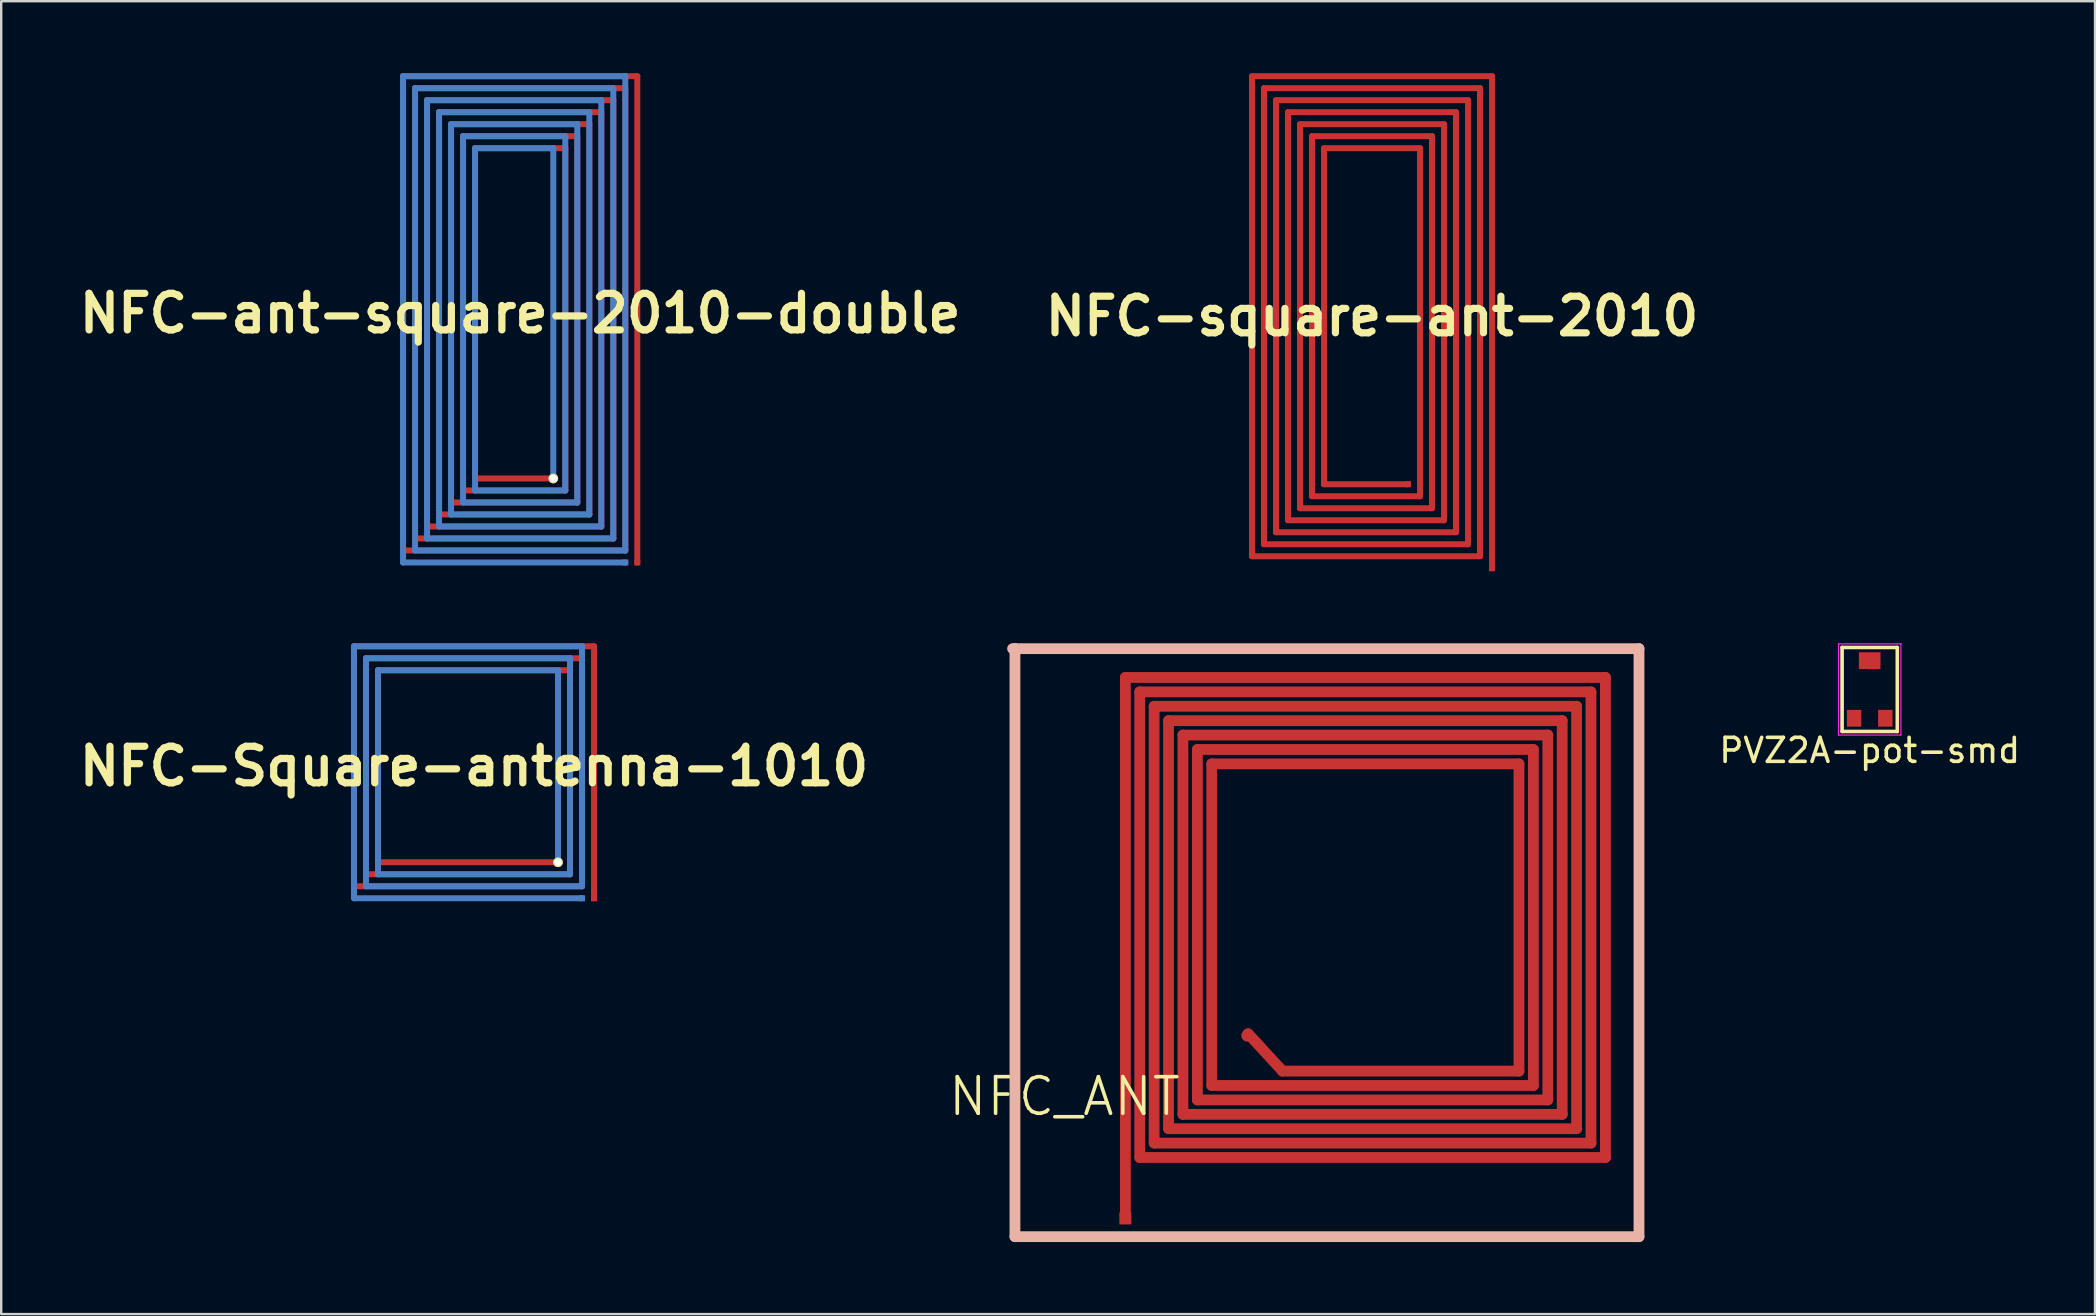
<source format=kicad_pcb>
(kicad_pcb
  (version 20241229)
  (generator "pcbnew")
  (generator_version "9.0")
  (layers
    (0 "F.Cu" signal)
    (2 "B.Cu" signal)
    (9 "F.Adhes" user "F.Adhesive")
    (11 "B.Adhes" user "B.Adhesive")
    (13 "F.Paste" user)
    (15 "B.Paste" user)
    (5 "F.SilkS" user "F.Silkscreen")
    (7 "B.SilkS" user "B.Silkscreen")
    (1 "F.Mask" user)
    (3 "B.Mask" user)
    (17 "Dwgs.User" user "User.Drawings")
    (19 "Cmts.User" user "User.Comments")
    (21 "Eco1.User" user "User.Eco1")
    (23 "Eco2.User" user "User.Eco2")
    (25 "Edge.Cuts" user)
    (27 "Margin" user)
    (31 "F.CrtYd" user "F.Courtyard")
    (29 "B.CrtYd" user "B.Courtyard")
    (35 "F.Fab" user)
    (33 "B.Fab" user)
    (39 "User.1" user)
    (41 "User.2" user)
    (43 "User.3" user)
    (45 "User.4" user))
  (footprint "NFC_ANT"
    (layer "F.Cu")
    (at 43.836 45.174)
    (property "Reference" "NFC_ANT" (at -2.54 -2.54 0) (layer "F.SilkS") (effects (font (size 1.524 1.524) (thickness 0.15))))
    (attr smd)
    (fp_line (start 0 -20) (end 20 -20) (stroke (width 0.45) (type solid)) (layer "F.Cu"))
    (fp_line (start 0 2.398) (end 0 -20) (stroke (width 0.45) (type solid)) (layer "F.Cu"))
    (fp_line (start 0.599 -19.398) (end 0.599 0) (stroke (width 0.45) (type solid)) (layer "F.Cu"))
    (fp_line (start 0.599 -19.398) (end 19.398 -19.398) (stroke (width 0.45) (type solid)) (layer "F.Cu"))
    (fp_line (start 1.199 -18.799) (end 18.799 -18.799) (stroke (width 0.45) (type solid)) (layer "F.Cu"))
    (fp_line (start 1.199 -0.599) (end 1.199 -18.799) (stroke (width 0.45) (type solid)) (layer "F.Cu"))
    (fp_line (start 1.798 -18.199) (end 18.199 -18.199) (stroke (width 0.45) (type solid)) (layer "F.Cu"))
    (fp_line (start 1.798 -1.199) (end 1.798 -18.199) (stroke (width 0.45) (type solid)) (layer "F.Cu"))
    (fp_line (start 2.398 -17.6) (end 17.6 -17.6) (stroke (width 0.45) (type solid)) (layer "F.Cu"))
    (fp_line (start 2.398 -1.798) (end 2.398 -17.6) (stroke (width 0.45) (type solid)) (layer "F.Cu"))
    (fp_line (start 3 -16.998) (end 16.998 -16.998) (stroke (width 0.45) (type solid)) (layer "F.Cu"))
    (fp_line (start 3 -2.398) (end 3 -16.998) (stroke (width 0.45) (type solid)) (layer "F.Cu"))
    (fp_line (start 3.599 -16.398) (end 16.398 -16.398) (stroke (width 0.45) (type solid)) (layer "F.Cu"))
    (fp_line (start 3.599 -3) (end 3.599 -16.398) (stroke (width 0.45) (type solid)) (layer "F.Cu"))
    (fp_line (start 6.548 -3.599) (end 5.113 -5.161) (stroke (width 0.45) (type solid)) (layer "F.Cu"))
    (fp_line (start 16.398 -16.398) (end 16.398 -3.599) (stroke (width 0.45) (type solid)) (layer "F.Cu"))
    (fp_line (start 16.398 -3.599) (end 6.548 -3.599) (stroke (width 0.45) (type solid)) (layer "F.Cu"))
    (fp_line (start 16.998 -16.998) (end 16.998 -3) (stroke (width 0.45) (type solid)) (layer "F.Cu"))
    (fp_line (start 16.998 -3) (end 3.599 -3) (stroke (width 0.45) (type solid)) (layer "F.Cu"))
    (fp_line (start 17.6 -17.6) (end 17.6 -2.398) (stroke (width 0.45) (type solid)) (layer "F.Cu"))
    (fp_line (start 17.6 -2.398) (end 3 -2.398) (stroke (width 0.45) (type solid)) (layer "F.Cu"))
    (fp_line (start 18.199 -18.199) (end 18.199 -1.798) (stroke (width 0.45) (type solid)) (layer "F.Cu"))
    (fp_line (start 18.199 -1.798) (end 2.398 -1.798) (stroke (width 0.45) (type solid)) (layer "F.Cu"))
    (fp_line (start 18.799 -18.799) (end 18.799 -1.199) (stroke (width 0.45) (type solid)) (layer "F.Cu"))
    (fp_line (start 18.799 -1.199) (end 1.798 -1.199) (stroke (width 0.45) (type solid)) (layer "F.Cu"))
    (fp_line (start 19.398 -19.398) (end 19.398 -0.599) (stroke (width 0.45) (type solid)) (layer "F.Cu"))
    (fp_line (start 19.398 -0.599) (end 1.199 -0.599) (stroke (width 0.45) (type solid)) (layer "F.Cu"))
    (fp_line (start 20 0) (end 0.599 0) (stroke (width 0.45) (type solid)) (layer "F.Cu"))
    (fp_line (start 20 0) (end 20 -20) (stroke (width 0.45) (type solid)) (layer "F.Cu"))
    (fp_line (start -4.699 -21.199) (end -4.6 -21.199) (stroke (width 0.45) (type solid)) (layer "B.SilkS"))
    (fp_line (start -4.6 -21.199) (end 21.399 -21.199) (stroke (width 0.45) (type solid)) (layer "B.SilkS"))
    (fp_line (start -4.6 3.299) (end -4.6 -21.199) (stroke (width 0.45) (type solid)) (layer "B.SilkS"))
    (fp_line (start 21.399 -21.199) (end 21.399 3.299) (stroke (width 0.45) (type solid)) (layer "B.SilkS"))
    (fp_line (start 21.399 3.299) (end -4.6 3.299) (stroke (width 0.45) (type solid)) (layer "B.SilkS"))
    (pad "AC+" smd oval (at 5.08 -5.08) (size 0.5 0.5) (layers "F.Cu"))
    (pad "AC-" smd rect (at 0 2.54) (size 0.5 0.5) (layers "F.Cu")))
  (footprint "NFC-ant-square-2010-double"
    (layer "F.Cu")
    (at 18.622 10.005)
    (property "Reference" "NFC-ant-square-2010-double" (at 0 0 0) (layer "F.SilkS") (effects (font (size 1.524 1.524) (thickness 0.3))))
    (attr through_hole)
    (fp_line (start -4.88 -9.88) (end -4.88 9.88) (stroke (width 0.25) (type solid)) (layer "F.Cu"))
    (fp_line (start -4.88 9.88) (end 4.38 9.88) (stroke (width 0.25) (type solid)) (layer "F.Cu"))
    (fp_line (start -4.38 -9.38) (end -4.38 9.38) (stroke (width 0.25) (type solid)) (layer "F.Cu"))
    (fp_line (start -4.38 9.38) (end 3.88 9.38) (stroke (width 0.25) (type solid)) (layer "F.Cu"))
    (fp_line (start -3.88 -8.88) (end -3.88 8.88) (stroke (width 0.25) (type solid)) (layer "F.Cu"))
    (fp_line (start -3.88 8.88) (end 3.38 8.88) (stroke (width 0.25) (type solid)) (layer "F.Cu"))
    (fp_line (start -3.38 -8.38) (end -3.38 8.38) (stroke (width 0.25) (type solid)) (layer "F.Cu"))
    (fp_line (start -3.38 8.38) (end 2.88 8.38) (stroke (width 0.25) (type solid)) (layer "F.Cu"))
    (fp_line (start -2.88 -7.88) (end -2.88 7.88) (stroke (width 0.25) (type solid)) (layer "F.Cu"))
    (fp_line (start -2.88 7.88) (end 2.38 7.88) (stroke (width 0.25) (type solid)) (layer "F.Cu"))
    (fp_line (start -2.38 -7.38) (end -2.38 7.38) (stroke (width 0.25) (type solid)) (layer "F.Cu"))
    (fp_line (start -2.38 7.38) (end 1.88 7.38) (stroke (width 0.25) (type solid)) (layer "F.Cu"))
    (fp_line (start -1.88 -6.88) (end -1.88 6.88) (stroke (width 0.25) (type solid)) (layer "F.Cu"))
    (fp_line (start -1.88 6.88) (end 1.38 6.88) (stroke (width 0.25) (type solid)) (layer "F.Cu"))
    (fp_line (start 1.88 -6.88) (end -1.88 -6.88) (stroke (width 0.25) (type solid)) (layer "F.Cu"))
    (fp_line (start 1.88 7.38) (end 1.88 -6.88) (stroke (width 0.25) (type solid)) (layer "F.Cu"))
    (fp_line (start 2.38 -7.38) (end -2.38 -7.38) (stroke (width 0.25) (type solid)) (layer "F.Cu"))
    (fp_line (start 2.38 7.88) (end 2.38 -7.38) (stroke (width 0.25) (type solid)) (layer "F.Cu"))
    (fp_line (start 2.88 -7.88) (end -2.88 -7.88) (stroke (width 0.25) (type solid)) (layer "F.Cu"))
    (fp_line (start 2.88 8.38) (end 2.88 -7.88) (stroke (width 0.25) (type solid)) (layer "F.Cu"))
    (fp_line (start 3.38 -8.38) (end -3.38 -8.38) (stroke (width 0.25) (type solid)) (layer "F.Cu"))
    (fp_line (start 3.38 8.88) (end 3.38 -8.38) (stroke (width 0.25) (type solid)) (layer "F.Cu"))
    (fp_line (start 3.88 -8.88) (end -3.88 -8.88) (stroke (width 0.25) (type solid)) (layer "F.Cu"))
    (fp_line (start 3.88 9.38) (end 3.88 -8.88) (stroke (width 0.25) (type solid)) (layer "F.Cu"))
    (fp_line (start 4.38 -9.38) (end -4.38 -9.38) (stroke (width 0.25) (type solid)) (layer "F.Cu"))
    (fp_line (start 4.38 9.88) (end 4.38 -9.38) (stroke (width 0.25) (type solid)) (layer "F.Cu"))
    (fp_line (start 4.88 -9.88) (end -4.88 -9.88) (stroke (width 0.25) (type solid)) (layer "F.Cu"))
    (fp_line (start 4.88 10.38) (end 4.88 -9.88) (stroke (width 0.25) (type solid)) (layer "F.Cu"))
    (fp_line (start -4.88 -9.88) (end -4.88 10.38) (stroke (width 0.25) (type solid)) (layer "B.Cu"))
    (fp_line (start -4.88 10.38) (end 4.38 10.38) (stroke (width 0.25) (type solid)) (layer "B.Cu"))
    (fp_line (start -4.38 -9.38) (end -4.38 9.88) (stroke (width 0.25) (type solid)) (layer "B.Cu"))
    (fp_line (start -4.38 9.88) (end 4.38 9.88) (stroke (width 0.25) (type solid)) (layer "B.Cu"))
    (fp_line (start -3.88 -8.88) (end -3.88 9.38) (stroke (width 0.25) (type solid)) (layer "B.Cu"))
    (fp_line (start -3.88 9.38) (end 3.88 9.38) (stroke (width 0.25) (type solid)) (layer "B.Cu"))
    (fp_line (start -3.38 -8.38) (end -3.38 8.88) (stroke (width 0.25) (type solid)) (layer "B.Cu"))
    (fp_line (start -3.38 8.88) (end 3.38 8.88) (stroke (width 0.25) (type solid)) (layer "B.Cu"))
    (fp_line (start -2.88 -7.88) (end -2.88 8.38) (stroke (width 0.25) (type solid)) (layer "B.Cu"))
    (fp_line (start -2.88 8.38) (end 2.88 8.38) (stroke (width 0.25) (type solid)) (layer "B.Cu"))
    (fp_line (start -2.38 -7.38) (end -2.38 7.88) (stroke (width 0.25) (type solid)) (layer "B.Cu"))
    (fp_line (start -2.38 7.88) (end 2.38 7.88) (stroke (width 0.25) (type solid)) (layer "B.Cu"))
    (fp_line (start -1.88 -6.88) (end -1.88 7.38) (stroke (width 0.25) (type solid)) (layer "B.Cu"))
    (fp_line (start -1.88 7.38) (end 1.88 7.38) (stroke (width 0.25) (type solid)) (layer "B.Cu"))
    (fp_line (start 1.38 -6.88) (end -1.88 -6.88) (stroke (width 0.25) (type solid)) (layer "B.Cu"))
    (fp_line (start 1.38 6.88) (end 1.38 -6.88) (stroke (width 0.25) (type solid)) (layer "B.Cu"))
    (fp_line (start 1.88 -7.38) (end -2.38 -7.38) (stroke (width 0.25) (type solid)) (layer "B.Cu"))
    (fp_line (start 1.88 7.38) (end 1.88 -7.38) (stroke (width 0.25) (type solid)) (layer "B.Cu"))
    (fp_line (start 2.38 -7.88) (end -2.88 -7.88) (stroke (width 0.25) (type solid)) (layer "B.Cu"))
    (fp_line (start 2.38 7.88) (end 2.38 -7.88) (stroke (width 0.25) (type solid)) (layer "B.Cu"))
    (fp_line (start 2.88 -8.38) (end -3.38 -8.38) (stroke (width 0.25) (type solid)) (layer "B.Cu"))
    (fp_line (start 2.88 8.38) (end 2.88 -8.38) (stroke (width 0.25) (type solid)) (layer "B.Cu"))
    (fp_line (start 3.38 -8.88) (end -3.88 -8.88) (stroke (width 0.25) (type solid)) (layer "B.Cu"))
    (fp_line (start 3.38 8.88) (end 3.38 -8.88) (stroke (width 0.25) (type solid)) (layer "B.Cu"))
    (fp_line (start 3.88 -9.38) (end -4.38 -9.38) (stroke (width 0.25) (type solid)) (layer "B.Cu"))
    (fp_line (start 3.88 9.38) (end 3.88 -9.38) (stroke (width 0.25) (type solid)) (layer "B.Cu"))
    (fp_line (start 4.38 -9.88) (end -4.88 -9.88) (stroke (width 0.25) (type solid)) (layer "B.Cu"))
    (fp_line (start 4.38 9.88) (end 4.38 -9.88) (stroke (width 0.25) (type solid)) (layer "B.Cu"))
    (pad "" thru_hole circle (at 1.38 6.88) (size 0.4 0.4) (drill 0.3) (layers "*.Cu" "*.Mask" "F.SilkS"))
    (pad "1" smd rect (at 4.88 10.38) (size 0.25 0.25) (layers "F.Cu"))
    (pad "2" smd rect (at 4.38 10.38) (size 0.25 0.25) (layers "B.Cu")))
  (footprint "PVZ2A-pot-smd"
    (layer "F.Cu")
    (at 74.847 25.675)
    (property "Reference" "PVZ2A-pot-smd" (at 0 2.54 0) (layer "F.SilkS") (effects (font (size 1 1) (thickness 0.15))))
    (attr through_hole)
    (fp_line (start -1.15 -1.75) (end -1.15 1.75) (stroke (width 0.15) (type solid)) (layer "F.SilkS"))
    (fp_line (start -1.15 -1.75) (end 1.15 -1.75) (stroke (width 0.15) (type solid)) (layer "F.SilkS"))
    (fp_line (start -1.15 1.75) (end 1.15 1.75) (stroke (width 0.15) (type solid)) (layer "F.SilkS"))
    (fp_line (start 1.15 -1.75) (end 1.15 1.75) (stroke (width 0.15) (type solid)) (layer "F.SilkS"))
    (fp_line (start -1.3 -1.9) (end -1.3 1.9) (stroke (width 0.05) (type solid)) (layer "F.CrtYd"))
    (fp_line (start -1.3 -1.9) (end 1.3 -1.9) (stroke (width 0.05) (type solid)) (layer "F.CrtYd"))
    (fp_line (start -1.3 1.9) (end 1.3 1.9) (stroke (width 0.05) (type solid)) (layer "F.CrtYd"))
    (fp_line (start 1.3 -1.9) (end 1.3 1.9) (stroke (width 0.05) (type solid)) (layer "F.CrtYd"))
    (pad "1" smd rect (at -0.65 1.2) (size 0.6 0.7) (layers "F.Cu" "F.Mask" "F.Paste"))
    (pad "2" smd rect (at 0 -1.2) (size 0.9 0.7) (layers "F.Cu" "F.Mask" "F.Paste"))
    (pad "3" smd rect (at 0.65 1.2) (size 0.6 0.7) (layers "F.Cu" "F.Mask" "F.Paste")))
  (footprint "NFC-Square-antenna-1010"
    (layer "F.Cu")
    (at 16.699 28.875)
    (property "Reference" "NFC-Square-antenna-1010" (at 0 0 0) (layer "F.SilkS") (effects (font (size 1.524 1.524) (thickness 0.3))))
    (attr through_hole)
    (fp_line (start -5 -5) (end -5 5) (stroke (width 0.25) (type solid)) (layer "F.Cu"))
    (fp_line (start -5 5) (end 4.5 5) (stroke (width 0.25) (type solid)) (layer "F.Cu"))
    (fp_line (start -4.5 -4.5) (end -4.5 4.5) (stroke (width 0.25) (type solid)) (layer "F.Cu"))
    (fp_line (start -4.5 4.5) (end 4 4.5) (stroke (width 0.25) (type solid)) (layer "F.Cu"))
    (fp_line (start -4 -4) (end -4 4) (stroke (width 0.25) (type solid)) (layer "F.Cu"))
    (fp_line (start -4 4) (end 3.5 4) (stroke (width 0.25) (type solid)) (layer "F.Cu"))
    (fp_line (start 4 -4) (end -4 -4) (stroke (width 0.25) (type solid)) (layer "F.Cu"))
    (fp_line (start 4 4.5) (end 4 -4) (stroke (width 0.25) (type solid)) (layer "F.Cu"))
    (fp_line (start 4.5 -4.5) (end -4.5 -4.5) (stroke (width 0.25) (type solid)) (layer "F.Cu"))
    (fp_line (start 4.5 5) (end 4.5 -4.5) (stroke (width 0.25) (type solid)) (layer "F.Cu"))
    (fp_line (start 5 -5) (end -5 -5) (stroke (width 0.25) (type solid)) (layer "F.Cu"))
    (fp_line (start 5 5.5) (end 5 -5) (stroke (width 0.25) (type solid)) (layer "F.Cu"))
    (fp_line (start -5 -5) (end -5 5.5) (stroke (width 0.25) (type solid)) (layer "B.Cu"))
    (fp_line (start -5 5.5) (end 4.5 5.5) (stroke (width 0.25) (type solid)) (layer "B.Cu"))
    (fp_line (start -4.5 -4.5) (end -4.5 5) (stroke (width 0.25) (type solid)) (layer "B.Cu"))
    (fp_line (start -4.5 5) (end 4.5 5) (stroke (width 0.25) (type solid)) (layer "B.Cu"))
    (fp_line (start -4 -4) (end -4 4.5) (stroke (width 0.25) (type solid)) (layer "B.Cu"))
    (fp_line (start -4 4.5) (end 4 4.5) (stroke (width 0.25) (type solid)) (layer "B.Cu"))
    (fp_line (start 3.5 -4) (end -4 -4) (stroke (width 0.25) (type solid)) (layer "B.Cu"))
    (fp_line (start 3.5 4) (end 3.5 -4) (stroke (width 0.25) (type solid)) (layer "B.Cu"))
    (fp_line (start 4 -4.5) (end -4.5 -4.5) (stroke (width 0.25) (type solid)) (layer "B.Cu"))
    (fp_line (start 4 4.5) (end 4 -4.5) (stroke (width 0.25) (type solid)) (layer "B.Cu"))
    (fp_line (start 4.5 -5) (end -5 -5) (stroke (width 0.25) (type solid)) (layer "B.Cu"))
    (fp_line (start 4.5 5) (end 4.5 -5) (stroke (width 0.25) (type solid)) (layer "B.Cu"))
    (pad "" thru_hole circle (at 3.5 4) (size 0.4 0.4) (drill 0.3) (layers "*.Cu" "*.Mask" "F.SilkS"))
    (pad "1" smd rect (at 5 5.5) (size 0.25 0.25) (layers "F.Cu"))
    (pad "2" smd rect (at 4.5 5.5) (size 0.25 0.25) (layers "B.Cu")))
  (footprint "NFC-square-ant-2010"
    (layer "F.Cu")
    (at 54.112 10.125)
    (property "Reference" "NFC-square-ant-2010" (at 0 0 0) (layer "F.SilkS") (effects (font (size 1.524 1.524) (thickness 0.3))))
    (attr through_hole)
    (fp_line (start -5 -10) (end -5 10) (stroke (width 0.25) (type solid)) (layer "F.Cu"))
    (fp_line (start -5 10) (end 4.5 10) (stroke (width 0.25) (type solid)) (layer "F.Cu"))
    (fp_line (start -4.5 -9.5) (end -4.5 9.5) (stroke (width 0.25) (type solid)) (layer "F.Cu"))
    (fp_line (start -4.5 9.5) (end 4 9.5) (stroke (width 0.25) (type solid)) (layer "F.Cu"))
    (fp_line (start -4 -9) (end -4 9) (stroke (width 0.25) (type solid)) (layer "F.Cu"))
    (fp_line (start -4 9) (end 3.5 9) (stroke (width 0.25) (type solid)) (layer "F.Cu"))
    (fp_line (start -3.5 -8.5) (end -3.5 8.5) (stroke (width 0.25) (type solid)) (layer "F.Cu"))
    (fp_line (start -3.5 8.5) (end 3 8.5) (stroke (width 0.25) (type solid)) (layer "F.Cu"))
    (fp_line (start -3 -8) (end -3 8) (stroke (width 0.25) (type solid)) (layer "F.Cu"))
    (fp_line (start -3 8) (end 2.5 8) (stroke (width 0.25) (type solid)) (layer "F.Cu"))
    (fp_line (start -2.5 -7.5) (end -2.5 7.5) (stroke (width 0.25) (type solid)) (layer "F.Cu"))
    (fp_line (start -2.5 7.5) (end 2 7.5) (stroke (width 0.25) (type solid)) (layer "F.Cu"))
    (fp_line (start -2 -7) (end -2 7) (stroke (width 0.25) (type solid)) (layer "F.Cu"))
    (fp_line (start -2 7) (end 1.5 7) (stroke (width 0.25) (type solid)) (layer "F.Cu"))
    (fp_line (start 2 -7) (end -2 -7) (stroke (width 0.25) (type solid)) (layer "F.Cu"))
    (fp_line (start 2 7.5) (end 2 -7) (stroke (width 0.25) (type solid)) (layer "F.Cu"))
    (fp_line (start 2.5 -7.5) (end -2.5 -7.5) (stroke (width 0.25) (type solid)) (layer "F.Cu"))
    (fp_line (start 2.5 8) (end 2.5 -7.5) (stroke (width 0.25) (type solid)) (layer "F.Cu"))
    (fp_line (start 3 -8) (end -3 -8) (stroke (width 0.25) (type solid)) (layer "F.Cu"))
    (fp_line (start 3 8.5) (end 3 -8) (stroke (width 0.25) (type solid)) (layer "F.Cu"))
    (fp_line (start 3.5 -8.5) (end -3.5 -8.5) (stroke (width 0.25) (type solid)) (layer "F.Cu"))
    (fp_line (start 3.5 9) (end 3.5 -8.5) (stroke (width 0.25) (type solid)) (layer "F.Cu"))
    (fp_line (start 4 -9) (end -4 -9) (stroke (width 0.25) (type solid)) (layer "F.Cu"))
    (fp_line (start 4 9.5) (end 4 -9) (stroke (width 0.25) (type solid)) (layer "F.Cu"))
    (fp_line (start 4.5 -9.5) (end -4.5 -9.5) (stroke (width 0.25) (type solid)) (layer "F.Cu"))
    (fp_line (start 4.5 10) (end 4.5 -9.5) (stroke (width 0.25) (type solid)) (layer "F.Cu"))
    (fp_line (start 5 -10) (end -5 -10) (stroke (width 0.25) (type solid)) (layer "F.Cu"))
    (fp_line (start 5 10.5) (end 5 -10) (stroke (width 0.25) (type solid)) (layer "F.Cu"))
    (pad "1" smd rect (at 5 10.5) (size 0.25 0.25) (layers "F.Cu"))
    (pad "2" smd rect (at 1.5 7) (size 0.25 0.25) (layers "F.Cu")))
  (gr_rect
    (start -3 -3)
    (end 84.234 51.698)
    (stroke (width 0.1) (type default))
    (fill no)
    (layer "Edge.Cuts")))
</source>
